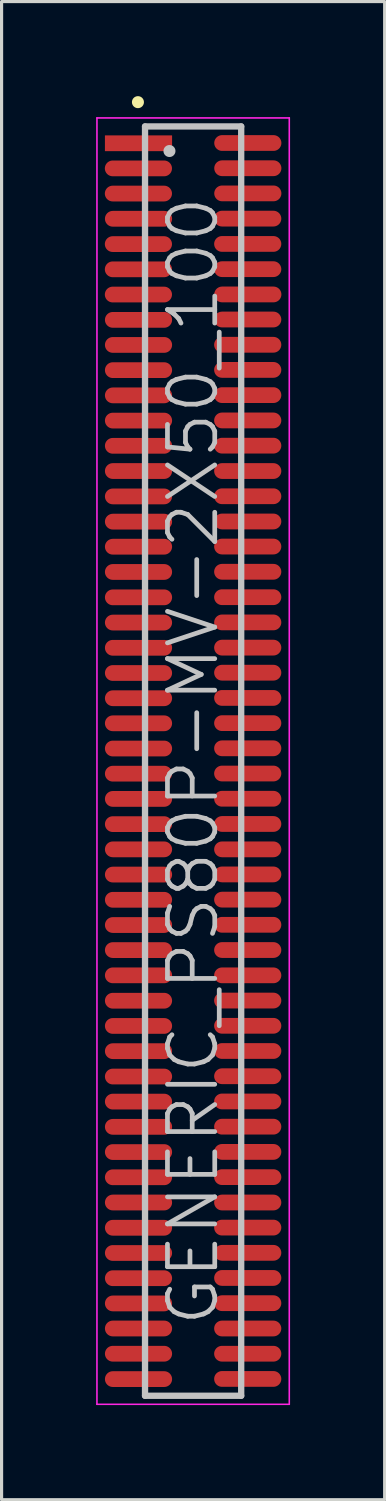
<source format=kicad_pcb>
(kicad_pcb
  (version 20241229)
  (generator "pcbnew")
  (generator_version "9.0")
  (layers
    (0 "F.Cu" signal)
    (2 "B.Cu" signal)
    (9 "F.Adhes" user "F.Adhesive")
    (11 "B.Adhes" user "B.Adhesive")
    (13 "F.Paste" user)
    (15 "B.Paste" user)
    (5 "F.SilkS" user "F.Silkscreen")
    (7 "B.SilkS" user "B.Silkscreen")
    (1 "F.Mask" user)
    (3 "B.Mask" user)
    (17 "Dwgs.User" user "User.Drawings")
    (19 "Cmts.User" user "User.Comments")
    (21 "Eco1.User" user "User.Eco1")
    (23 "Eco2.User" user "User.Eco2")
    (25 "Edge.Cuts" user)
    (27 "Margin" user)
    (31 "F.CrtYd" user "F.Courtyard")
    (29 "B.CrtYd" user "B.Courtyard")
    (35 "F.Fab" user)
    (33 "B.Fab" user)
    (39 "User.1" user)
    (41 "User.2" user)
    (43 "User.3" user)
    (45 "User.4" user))
  (footprint "GENERIC_PS80P-MV-2X50_100"
    (layer "F.Cu")
    (at 3.075 21.09)
    (property "Reference" "GENERIC_PS80P-MV-2X50_100" (at 0 0 90) (layer "Dwgs.User") (effects (font (size 1.5 1.5) (thickness 0.15))))
    (attr smd)
    (fp_line (start -1.75 -20.9) (end -1.75 -20.9) (stroke (width 0.381) (type solid)) (layer "F.SilkS"))
    (fp_line (start -1.525 -20.13) (end -1.525 20.13) (stroke (width 0.2) (type solid)) (layer "Dwgs.User"))
    (fp_line (start -1.525 -20.13) (end 1.525 -20.13) (stroke (width 0.2) (type solid)) (layer "Dwgs.User"))
    (fp_line (start -1.525 20.13) (end 1.525 20.13) (stroke (width 0.2) (type solid)) (layer "Dwgs.User"))
    (fp_line (start -0.75 -19.35) (end -0.75 -19.35) (stroke (width 0.381) (type solid)) (layer "Dwgs.User"))
    (fp_line (start 1.525 -20.13) (end 1.525 20.13) (stroke (width 0.2) (type solid)) (layer "Dwgs.User"))
    (fp_line (start -3.05 -20.4) (end -3.05 20.4) (stroke (width 0.05) (type solid)) (layer "F.CrtYd"))
    (fp_line (start -3.05 -20.4) (end 3.05 -20.4) (stroke (width 0.05) (type solid)) (layer "F.CrtYd"))
    (fp_line (start -3.05 20.4) (end 3.05 20.4) (stroke (width 0.05) (type solid)) (layer "F.CrtYd"))
    (fp_line (start 3.05 -20.4) (end 3.05 20.4) (stroke (width 0.05) (type solid)) (layer "F.CrtYd"))
    (pad "1" smd rect (at -1.732 -19.596 270) (size 0.5 2.13) (layers "F.Cu" "F.Mask" "F.Paste"))
    (pad "2" smd oval (at 1.735 -19.604 270) (size 0.5 2.13) (layers "F.Cu" "F.Mask" "F.Paste"))
    (pad "3" smd oval (at -1.735 -18.799 270) (size 0.5 2.13) (layers "F.Cu" "F.Mask" "F.Paste"))
    (pad "4" smd oval (at 1.735 -18.804 270) (size 0.5 2.13) (layers "F.Cu" "F.Mask" "F.Paste"))
    (pad "5" smd oval (at -1.735 -18.001 270) (size 0.5 2.13) (layers "F.Cu" "F.Mask" "F.Paste"))
    (pad "6" smd oval (at 1.735 -18.006 270) (size 0.5 2.13) (layers "F.Cu" "F.Mask" "F.Paste"))
    (pad "7" smd oval (at -1.732 -17.201 270) (size 0.5 2.13) (layers "F.Cu" "F.Mask" "F.Paste"))
    (pad "8" smd oval (at 1.732 -17.206 270) (size 0.5 2.13) (layers "F.Cu" "F.Mask" "F.Paste"))
    (pad "9" smd oval (at -1.735 -16.398 270) (size 0.5 2.13) (layers "F.Cu" "F.Mask" "F.Paste"))
    (pad "10" smd oval (at 1.732 -16.403 270) (size 0.5 2.13) (layers "F.Cu" "F.Mask" "F.Paste"))
    (pad "11" smd oval (at -1.735 -15.598 270) (size 0.5 2.13) (layers "F.Cu" "F.Mask" "F.Paste"))
    (pad "12" smd oval (at 1.732 -15.603 270) (size 0.5 2.13) (layers "F.Cu" "F.Mask" "F.Paste"))
    (pad "13" smd oval (at -1.735 -14.798 270) (size 0.5 2.13) (layers "F.Cu" "F.Mask" "F.Paste"))
    (pad "14" smd oval (at 1.735 -14.801 270) (size 0.5 2.13) (layers "F.Cu" "F.Mask" "F.Paste"))
    (pad "15" smd oval (at -1.732 -13.995 270) (size 0.5 2.13) (layers "F.Cu" "F.Mask" "F.Paste"))
    (pad "16" smd oval (at 1.732 -14.006 270) (size 0.5 2.13) (layers "F.Cu" "F.Mask" "F.Paste"))
    (pad "17" smd oval (at -1.732 -13.2 270) (size 0.5 2.13) (layers "F.Cu" "F.Mask" "F.Paste"))
    (pad "18" smd oval (at 1.732 -13.205 270) (size 0.5 2.13) (layers "F.Cu" "F.Mask" "F.Paste"))
    (pad "19" smd oval (at -1.732 -12.4 270) (size 0.5 2.13) (layers "F.Cu" "F.Mask" "F.Paste"))
    (pad "20" smd oval (at 1.732 -12.408 270) (size 0.5 2.13) (layers "F.Cu" "F.Mask" "F.Paste"))
    (pad "21" smd oval (at -1.732 -11.6 270) (size 0.5 2.13) (layers "F.Cu" "F.Mask" "F.Paste"))
    (pad "22" smd oval (at 1.732 -11.608 270) (size 0.5 2.13) (layers "F.Cu" "F.Mask" "F.Paste"))
    (pad "23" smd oval (at -1.732 -10.8 270) (size 0.5 2.13) (layers "F.Cu" "F.Mask" "F.Paste"))
    (pad "24" smd oval (at 1.732 -10.805 270) (size 0.5 2.13) (layers "F.Cu" "F.Mask" "F.Paste"))
    (pad "25" smd oval (at -1.732 -10 270) (size 0.5 2.13) (layers "F.Cu" "F.Mask" "F.Paste"))
    (pad "26" smd oval (at 1.732 -10.005 270) (size 0.5 2.13) (layers "F.Cu" "F.Mask" "F.Paste"))
    (pad "27" smd oval (at -1.732 -9.2 270) (size 0.5 2.13) (layers "F.Cu" "F.Mask" "F.Paste"))
    (pad "28" smd oval (at 1.732 -9.2 270) (size 0.5 2.13) (layers "F.Cu" "F.Mask" "F.Paste"))
    (pad "29" smd oval (at -1.732 -8.395 270) (size 0.5 2.13) (layers "F.Cu" "F.Mask" "F.Paste"))
    (pad "30" smd oval (at 1.732 -8.4 270) (size 0.5 2.13) (layers "F.Cu" "F.Mask" "F.Paste"))
    (pad "31" smd oval (at -1.732 -7.595 270) (size 0.5 2.13) (layers "F.Cu" "F.Mask" "F.Paste"))
    (pad "32" smd oval (at 1.732 -7.6 270) (size 0.5 2.13) (layers "F.Cu" "F.Mask" "F.Paste"))
    (pad "33" smd oval (at -1.732 -6.8 270) (size 0.5 2.13) (layers "F.Cu" "F.Mask" "F.Paste"))
    (pad "34" smd oval (at 1.732 -6.805 270) (size 0.5 2.13) (layers "F.Cu" "F.Mask" "F.Paste"))
    (pad "35" smd oval (at -1.732 -5.999 270) (size 0.5 2.13) (layers "F.Cu" "F.Mask" "F.Paste"))
    (pad "36" smd oval (at 1.732 -6.005 270) (size 0.5 2.13) (layers "F.Cu" "F.Mask" "F.Paste"))
    (pad "37" smd oval (at -1.732 -5.194 270) (size 0.5 2.13) (layers "F.Cu" "F.Mask" "F.Paste"))
    (pad "38" smd oval (at 1.732 -5.199 270) (size 0.5 2.13) (layers "F.Cu" "F.Mask" "F.Paste"))
    (pad "39" smd oval (at -1.732 -4.394 270) (size 0.5 2.13) (layers "F.Cu" "F.Mask" "F.Paste"))
    (pad "40" smd oval (at 1.732 -4.399 270) (size 0.5 2.13) (layers "F.Cu" "F.Mask" "F.Paste"))
    (pad "41" smd oval (at -1.732 -3.594 270) (size 0.5 2.13) (layers "F.Cu" "F.Mask" "F.Paste"))
    (pad "42" smd oval (at 1.732 -3.599 270) (size 0.5 2.13) (layers "F.Cu" "F.Mask" "F.Paste"))
    (pad "43" smd oval (at -1.732 -2.794 270) (size 0.5 2.13) (layers "F.Cu" "F.Mask" "F.Paste"))
    (pad "44" smd oval (at 1.732 -2.804 270) (size 0.5 2.13) (layers "F.Cu" "F.Mask" "F.Paste"))
    (pad "45" smd oval (at -1.732 -1.994 270) (size 0.5 2.13) (layers "F.Cu" "F.Mask" "F.Paste"))
    (pad "46" smd oval (at 1.732 -2.004 270) (size 0.5 2.13) (layers "F.Cu" "F.Mask" "F.Paste"))
    (pad "47" smd oval (at -1.732 -1.199 270) (size 0.5 2.13) (layers "F.Cu" "F.Mask" "F.Paste"))
    (pad "48" smd oval (at 1.732 -1.204 270) (size 0.5 2.13) (layers "F.Cu" "F.Mask" "F.Paste"))
    (pad "49" smd oval (at -1.732 -0.399 270) (size 0.5 2.13) (layers "F.Cu" "F.Mask" "F.Paste"))
    (pad "50" smd oval (at 1.732 -0.406 270) (size 0.5 2.13) (layers "F.Cu" "F.Mask" "F.Paste"))
    (pad "51" smd oval (at -1.732 0.399 270) (size 0.5 2.13) (layers "F.Cu" "F.Mask" "F.Paste"))
    (pad "52" smd oval (at 1.732 0.394 270) (size 0.5 2.13) (layers "F.Cu" "F.Mask" "F.Paste"))
    (pad "53" smd oval (at -1.732 1.199 270) (size 0.5 2.13) (layers "F.Cu" "F.Mask" "F.Paste"))
    (pad "54" smd oval (at 1.732 1.194 270) (size 0.5 2.13) (layers "F.Cu" "F.Mask" "F.Paste"))
    (pad "55" smd oval (at -1.732 1.999 270) (size 0.5 2.13) (layers "F.Cu" "F.Mask" "F.Paste"))
    (pad "56" smd oval (at 1.732 1.994 270) (size 0.5 2.13) (layers "F.Cu" "F.Mask" "F.Paste"))
    (pad "57" smd oval (at -1.732 2.799 270) (size 0.5 2.13) (layers "F.Cu" "F.Mask" "F.Paste"))
    (pad "58" smd oval (at 1.732 2.799 270) (size 0.5 2.13) (layers "F.Cu" "F.Mask" "F.Paste"))
    (pad "59" smd oval (at -1.732 3.599 270) (size 0.5 2.13) (layers "F.Cu" "F.Mask" "F.Paste"))
    (pad "60" smd oval (at 1.732 3.594 270) (size 0.5 2.13) (layers "F.Cu" "F.Mask" "F.Paste"))
    (pad "61" smd oval (at -1.732 4.399 270) (size 0.5 2.13) (layers "F.Cu" "F.Mask" "F.Paste"))
    (pad "62" smd oval (at 1.732 4.394 270) (size 0.5 2.13) (layers "F.Cu" "F.Mask" "F.Paste"))
    (pad "63" smd oval (at -1.732 5.199 270) (size 0.5 2.13) (layers "F.Cu" "F.Mask" "F.Paste"))
    (pad "64" smd oval (at 1.732 5.192 270) (size 0.5 2.13) (layers "F.Cu" "F.Mask" "F.Paste"))
    (pad "65" smd oval (at -1.732 5.994 270) (size 0.5 2.13) (layers "F.Cu" "F.Mask" "F.Paste"))
    (pad "66" smd oval (at 1.732 5.992 270) (size 0.5 2.13) (layers "F.Cu" "F.Mask" "F.Paste"))
    (pad "67" smd oval (at -1.732 6.795 270) (size 0.5 2.13) (layers "F.Cu" "F.Mask" "F.Paste"))
    (pad "68" smd oval (at 1.732 6.795 270) (size 0.5 2.13) (layers "F.Cu" "F.Mask" "F.Paste"))
    (pad "69" smd oval (at -1.732 7.6 270) (size 0.5 2.13) (layers "F.Cu" "F.Mask" "F.Paste"))
    (pad "70" smd oval (at 1.732 7.595 270) (size 0.5 2.13) (layers "F.Cu" "F.Mask" "F.Paste"))
    (pad "71" smd oval (at -1.732 8.4 270) (size 0.5 2.13) (layers "F.Cu" "F.Mask" "F.Paste"))
    (pad "72" smd oval (at 1.732 8.395 270) (size 0.5 2.13) (layers "F.Cu" "F.Mask" "F.Paste"))
    (pad "73" smd oval (at -1.732 9.2 270) (size 0.5 2.13) (layers "F.Cu" "F.Mask" "F.Paste"))
    (pad "74" smd oval (at 1.732 9.195 270) (size 0.5 2.13) (layers "F.Cu" "F.Mask" "F.Paste"))
    (pad "75" smd oval (at -1.732 10.005 270) (size 0.5 2.13) (layers "F.Cu" "F.Mask" "F.Paste"))
    (pad "76" smd oval (at 1.732 9.995 270) (size 0.5 2.13) (layers "F.Cu" "F.Mask" "F.Paste"))
    (pad "77" smd oval (at -1.732 10.8 270) (size 0.5 2.13) (layers "F.Cu" "F.Mask" "F.Paste"))
    (pad "78" smd oval (at 1.732 10.795 270) (size 0.5 2.13) (layers "F.Cu" "F.Mask" "F.Paste"))
    (pad "79" smd oval (at -1.732 11.6 270) (size 0.5 2.13) (layers "F.Cu" "F.Mask" "F.Paste"))
    (pad "80" smd oval (at 1.732 11.595 270) (size 0.5 2.13) (layers "F.Cu" "F.Mask" "F.Paste"))
    (pad "81" smd oval (at -1.732 12.4 270) (size 0.5 2.13) (layers "F.Cu" "F.Mask" "F.Paste"))
    (pad "82" smd oval (at 1.732 12.395 270) (size 0.5 2.13) (layers "F.Cu" "F.Mask" "F.Paste"))
    (pad "83" smd oval (at -1.732 13.2 270) (size 0.5 2.13) (layers "F.Cu" "F.Mask" "F.Paste"))
    (pad "84" smd oval (at 1.732 13.195 270) (size 0.5 2.13) (layers "F.Cu" "F.Mask" "F.Paste"))
    (pad "85" smd oval (at -1.732 14 270) (size 0.5 2.13) (layers "F.Cu" "F.Mask" "F.Paste"))
    (pad "86" smd oval (at 1.732 14 270) (size 0.5 2.13) (layers "F.Cu" "F.Mask" "F.Paste"))
    (pad "87" smd oval (at -1.732 14.801 270) (size 0.5 2.13) (layers "F.Cu" "F.Mask" "F.Paste"))
    (pad "88" smd oval (at 1.732 14.796 270) (size 0.5 2.13) (layers "F.Cu" "F.Mask" "F.Paste"))
    (pad "89" smd oval (at -1.732 15.601 270) (size 0.5 2.13) (layers "F.Cu" "F.Mask" "F.Paste"))
    (pad "90" smd oval (at 1.732 15.596 270) (size 0.5 2.13) (layers "F.Cu" "F.Mask" "F.Paste"))
    (pad "91" smd oval (at -1.732 16.401 270) (size 0.5 2.13) (layers "F.Cu" "F.Mask" "F.Paste"))
    (pad "92" smd oval (at 1.732 16.393 270) (size 0.5 2.13) (layers "F.Cu" "F.Mask" "F.Paste"))
    (pad "93" smd oval (at -1.732 17.201 270) (size 0.5 2.13) (layers "F.Cu" "F.Mask" "F.Paste"))
    (pad "94" smd oval (at 1.732 17.193 270) (size 0.5 2.13) (layers "F.Cu" "F.Mask" "F.Paste"))
    (pad "95" smd oval (at -1.732 17.996 270) (size 0.5 2.13) (layers "F.Cu" "F.Mask" "F.Paste"))
    (pad "96" smd oval (at 1.732 17.996 270) (size 0.5 2.13) (layers "F.Cu" "F.Mask" "F.Paste"))
    (pad "97" smd oval (at -1.732 18.796 270) (size 0.5 2.13) (layers "F.Cu" "F.Mask" "F.Paste"))
    (pad "98" smd oval (at 1.732 18.796 270) (size 0.5 2.13) (layers "F.Cu" "F.Mask" "F.Paste"))
    (pad "99" smd oval (at -1.732 19.601 270) (size 0.5 2.13) (layers "F.Cu" "F.Mask" "F.Paste"))
    (pad "100" smd oval (at 1.732 19.596 270) (size 0.5 2.13) (layers "F.Cu" "F.Mask" "F.Paste")))
  (gr_rect
    (start -3 -3)
    (end 9.15 44.516)
    (stroke (width 0.1) (type default))
    (fill no)
    (layer "Edge.Cuts")))
</source>
